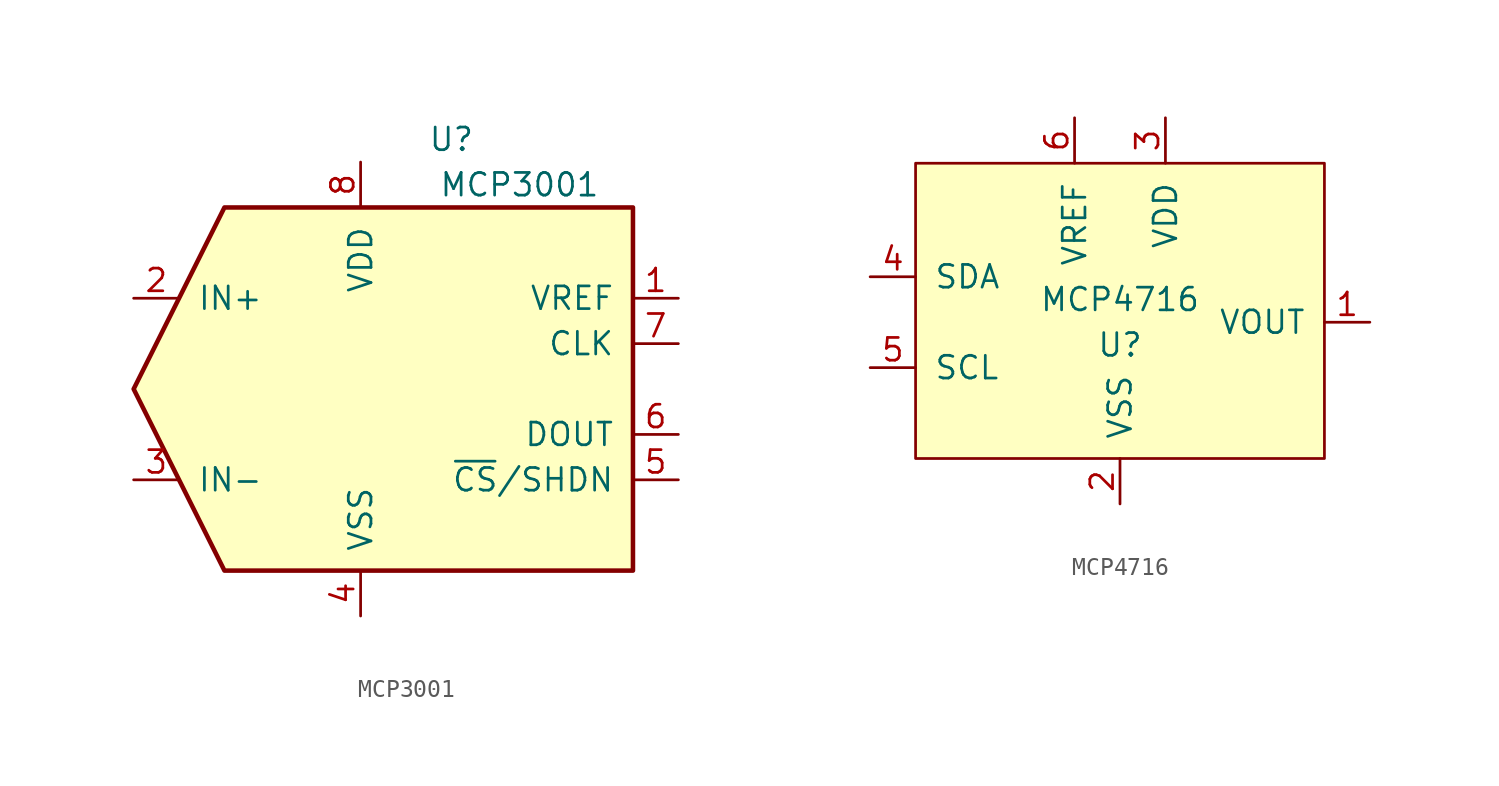
<source format=kicad_sym>
(kicad_symbol_lib
  (version 20241209)
  (generator "kicad_symbol_editor")
  (generator_version "9.0")
  (symbol "MCP3001"
    (pin_names
      (offset 1.016))
    (property "Reference" "U"
      (at 1.27 13.97 0)
      (effects (font (size 1.27 1.27))))
    (property "Value" "MCP3001"
      (at 5.08 11.43 0)
      (effects (font (size 1.27 1.27))))
    (symbol "MCP3001_1_1"
      (polyline (pts (xy 11.43 10.16) (xy -11.43 10.16) (xy -16.51 0) (xy -11.43 -10.16) (xy 11.43 -10.16) (xy 11.43 10.16)) (stroke (width 0.254) (type solid)) (fill (type background)))
      (pin passive line (at -16.51 5.08 0) (length 2.54) (name "IN+" (effects (font (size 1.27 1.27)))) (number "2" (effects (font (size 1.27 1.27)))))
      (pin input line (at -16.51 -5.08 0) (length 2.54) (name "IN-" (effects (font (size 1.27 1.27)))) (number "3" (effects (font (size 1.27 1.27)))))
      (pin power_in line (at -3.81 12.7 270) (length 2.54) (name "VDD" (effects (font (size 1.27 1.27)))) (number "8" (effects (font (size 1.27 1.27)))))
      (pin power_in line (at -3.81 -12.7 90) (length 2.54) (name "VSS" (effects (font (size 1.27 1.27)))) (number "4" (effects (font (size 1.27 1.27)))))
      (pin input line (at 13.97 5.08 180) (length 2.54) (name "VREF" (effects (font (size 1.27 1.27)))) (number "1" (effects (font (size 1.27 1.27)))))
      (pin input line (at 13.97 2.54 180) (length 2.54) (name "CLK" (effects (font (size 1.27 1.27)))) (number "7" (effects (font (size 1.27 1.27)))))
      (pin output line (at 13.97 -2.54 180) (length 2.54) (name "DOUT" (effects (font (size 1.27 1.27)))) (number "6" (effects (font (size 1.27 1.27)))))
      (pin input line (at 13.97 -5.08 180) (length 2.54) (name "~{CS}/SHDN" (effects (font (size 1.27 1.27)))) (number "5" (effects (font (size 1.27 1.27)))))))
  (symbol "MCP4716"
    (pin_names
      (offset 1.016))
    (property "Reference" "U"
      (at 0 -1.27 0)
      (effects (font (size 1.27 1.27))))
    (property "Value" "MCP4716"
      (at 0 1.27 0)
      (effects (font (size 1.27 1.27))))
    (symbol "MCP4716_0_1"
      (rectangle (start -11.43 8.89) (end 11.43 -7.62) (stroke (width 0) (type solid)) (fill (type background))))
    (symbol "MCP4716_1_1"
      (pin input line (at -13.97 2.54 0) (length 2.54) (name "SDA" (effects (font (size 1.27 1.27)))) (number "4" (effects (font (size 1.27 1.27)))))
      (pin input line (at -13.97 -2.54 0) (length 2.54) (name "SCL" (effects (font (size 1.27 1.27)))) (number "5" (effects (font (size 1.27 1.27)))))
      (pin input line (at -2.54 11.43 270) (length 2.54) (name "VREF" (effects (font (size 1.27 1.27)))) (number "6" (effects (font (size 1.27 1.27)))))
      (pin input line (at 0 -10.16 90) (length 2.54) (name "VSS" (effects (font (size 1.27 1.27)))) (number "2" (effects (font (size 1.27 1.27)))))
      (pin input line (at 2.54 11.43 270) (length 2.54) (name "VDD" (effects (font (size 1.27 1.27)))) (number "3" (effects (font (size 1.27 1.27)))))
      (pin input line (at 13.97 0 180) (length 2.54) (name "VOUT" (effects (font (size 1.27 1.27)))) (number "1" (effects (font (size 1.27 1.27))))))))
</source>
